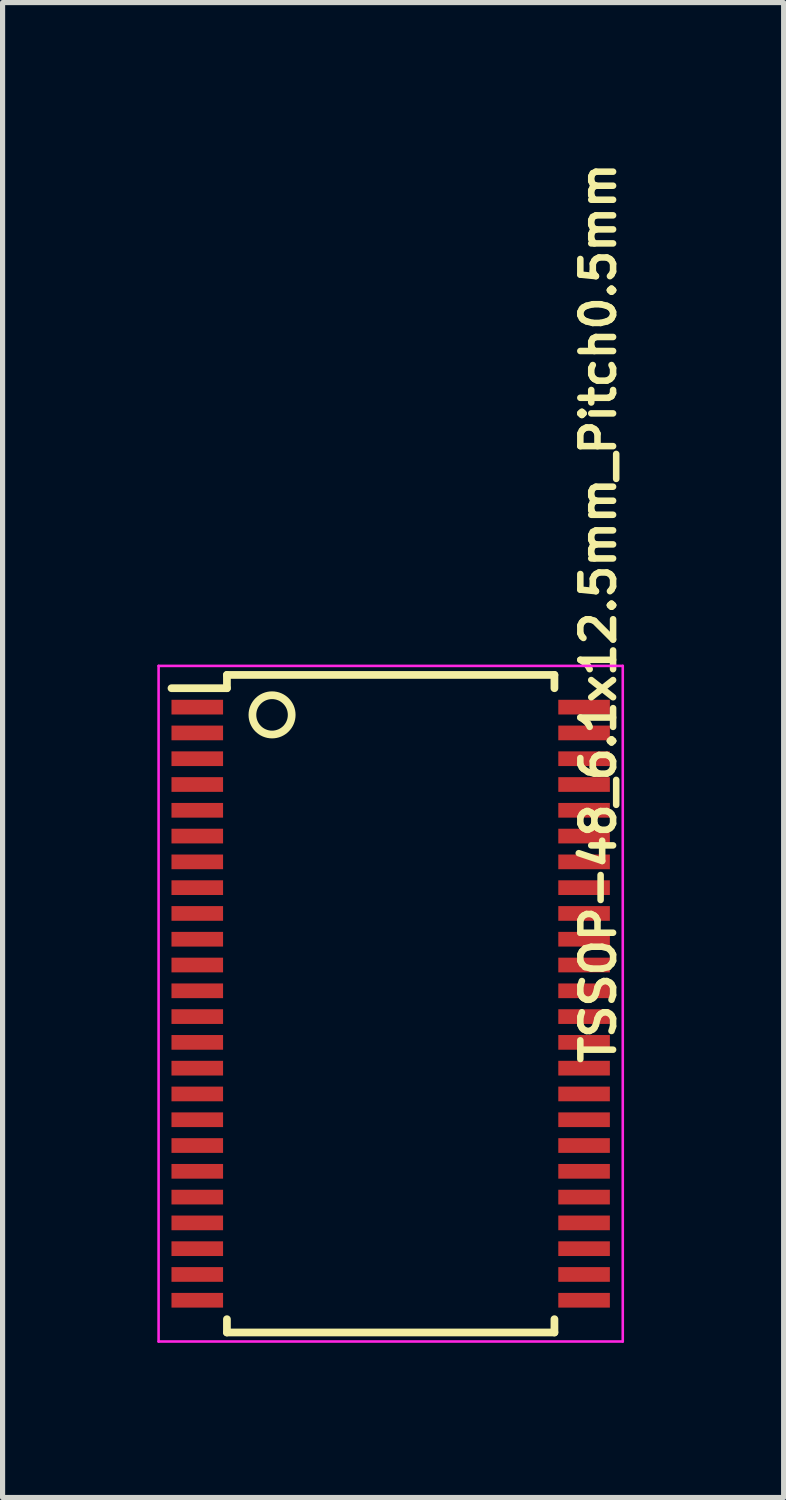
<source format=kicad_pcb>
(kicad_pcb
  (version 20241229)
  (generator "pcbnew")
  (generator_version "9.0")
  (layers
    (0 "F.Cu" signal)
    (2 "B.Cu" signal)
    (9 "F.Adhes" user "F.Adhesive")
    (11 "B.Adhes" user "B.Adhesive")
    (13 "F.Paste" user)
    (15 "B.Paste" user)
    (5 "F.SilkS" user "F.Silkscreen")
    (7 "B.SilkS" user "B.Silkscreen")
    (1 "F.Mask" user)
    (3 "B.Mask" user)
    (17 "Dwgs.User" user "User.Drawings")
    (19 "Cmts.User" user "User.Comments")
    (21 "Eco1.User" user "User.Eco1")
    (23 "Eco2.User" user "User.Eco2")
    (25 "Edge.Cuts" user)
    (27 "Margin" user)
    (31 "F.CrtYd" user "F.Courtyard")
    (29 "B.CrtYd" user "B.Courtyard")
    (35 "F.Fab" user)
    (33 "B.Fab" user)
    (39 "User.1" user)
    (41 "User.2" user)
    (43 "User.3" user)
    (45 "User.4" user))
  (footprint "TSSOP-48_6.1x12.5mm_Pitch0.5mm"
    (layer "F.Cu")
    (at 4.525 16.411)
    (property "Reference" "TSSOP-48_6.1x12.5mm_Pitch0.5mm" (at 4.025 -7.575 90) (layer "F.SilkS") (effects (font (size 0.635 0.635) (thickness 0.127))))
    (attr smd)
    (fp_line (start -3.175 -6.375) (end -3.175 -6.117) (stroke (width 0.15) (type solid)) (layer "F.SilkS"))
    (fp_line (start -3.175 -6.375) (end 3.175 -6.375) (stroke (width 0.15) (type solid)) (layer "F.SilkS"))
    (fp_line (start -3.175 -6.117) (end -4.25 -6.117) (stroke (width 0.15) (type solid)) (layer "F.SilkS"))
    (fp_line (start -3.175 6.375) (end -3.175 6.117) (stroke (width 0.15) (type solid)) (layer "F.SilkS"))
    (fp_line (start -3.175 6.375) (end 3.175 6.375) (stroke (width 0.15) (type solid)) (layer "F.SilkS"))
    (fp_line (start 3.175 -6.375) (end 3.175 -6.117) (stroke (width 0.15) (type solid)) (layer "F.SilkS"))
    (fp_line (start 3.175 6.375) (end 3.175 6.117) (stroke (width 0.15) (type solid)) (layer "F.SilkS"))
    (fp_circle (center -2.3 -5.6) (end -1.95 -5.45) (stroke (width 0.15) (type solid)) (fill no) (layer "F.SilkS"))
    (fp_line (start -4.5 -6.55) (end -4.5 6.55) (stroke (width 0.05) (type solid)) (layer "F.CrtYd"))
    (fp_line (start -4.5 -6.55) (end 4.5 -6.55) (stroke (width 0.05) (type solid)) (layer "F.CrtYd"))
    (fp_line (start -4.5 6.55) (end 4.5 6.55) (stroke (width 0.05) (type solid)) (layer "F.CrtYd"))
    (fp_line (start 4.5 -6.55) (end 4.5 6.55) (stroke (width 0.05) (type solid)) (layer "F.CrtYd"))
    (pad "1" smd rect (at -3.75 -5.75) (size 1 0.285) (layers "F.Cu" "F.Mask" "F.Paste"))
    (pad "2" smd rect (at -3.75 -5.25) (size 1 0.285) (layers "F.Cu" "F.Mask" "F.Paste"))
    (pad "3" smd rect (at -3.75 -4.75) (size 1 0.285) (layers "F.Cu" "F.Mask" "F.Paste"))
    (pad "4" smd rect (at -3.75 -4.25) (size 1 0.285) (layers "F.Cu" "F.Mask" "F.Paste"))
    (pad "5" smd rect (at -3.75 -3.75) (size 1 0.285) (layers "F.Cu" "F.Mask" "F.Paste"))
    (pad "6" smd rect (at -3.75 -3.25) (size 1 0.285) (layers "F.Cu" "F.Mask" "F.Paste"))
    (pad "7" smd rect (at -3.75 -2.75) (size 1 0.285) (layers "F.Cu" "F.Mask" "F.Paste"))
    (pad "8" smd rect (at -3.75 -2.25) (size 1 0.285) (layers "F.Cu" "F.Mask" "F.Paste"))
    (pad "9" smd rect (at -3.75 -1.75) (size 1 0.285) (layers "F.Cu" "F.Mask" "F.Paste"))
    (pad "10" smd rect (at -3.75 -1.25) (size 1 0.285) (layers "F.Cu" "F.Mask" "F.Paste"))
    (pad "11" smd rect (at -3.75 -0.75) (size 1 0.285) (layers "F.Cu" "F.Mask" "F.Paste"))
    (pad "12" smd rect (at -3.75 -0.25) (size 1 0.285) (layers "F.Cu" "F.Mask" "F.Paste"))
    (pad "13" smd rect (at -3.75 0.25) (size 1 0.285) (layers "F.Cu" "F.Mask" "F.Paste"))
    (pad "14" smd rect (at -3.75 0.75) (size 1 0.285) (layers "F.Cu" "F.Mask" "F.Paste"))
    (pad "15" smd rect (at -3.75 1.25) (size 1 0.285) (layers "F.Cu" "F.Mask" "F.Paste"))
    (pad "16" smd rect (at -3.75 1.75) (size 1 0.285) (layers "F.Cu" "F.Mask" "F.Paste"))
    (pad "17" smd rect (at -3.75 2.25) (size 1 0.285) (layers "F.Cu" "F.Mask" "F.Paste"))
    (pad "18" smd rect (at -3.75 2.75) (size 1 0.285) (layers "F.Cu" "F.Mask" "F.Paste"))
    (pad "19" smd rect (at -3.75 3.25) (size 1 0.285) (layers "F.Cu" "F.Mask" "F.Paste"))
    (pad "20" smd rect (at -3.75 3.75) (size 1 0.285) (layers "F.Cu" "F.Mask" "F.Paste"))
    (pad "21" smd rect (at -3.75 4.25) (size 1 0.285) (layers "F.Cu" "F.Mask" "F.Paste"))
    (pad "22" smd rect (at -3.75 4.75) (size 1 0.285) (layers "F.Cu" "F.Mask" "F.Paste"))
    (pad "23" smd rect (at -3.75 5.25) (size 1 0.285) (layers "F.Cu" "F.Mask" "F.Paste"))
    (pad "24" smd rect (at -3.75 5.75) (size 1 0.285) (layers "F.Cu" "F.Mask" "F.Paste"))
    (pad "25" smd rect (at 3.75 5.75) (size 1 0.285) (layers "F.Cu" "F.Mask" "F.Paste"))
    (pad "26" smd rect (at 3.75 5.25) (size 1 0.285) (layers "F.Cu" "F.Mask" "F.Paste"))
    (pad "27" smd rect (at 3.75 4.75) (size 1 0.285) (layers "F.Cu" "F.Mask" "F.Paste"))
    (pad "28" smd rect (at 3.75 4.25) (size 1 0.285) (layers "F.Cu" "F.Mask" "F.Paste"))
    (pad "29" smd rect (at 3.75 3.75) (size 1 0.285) (layers "F.Cu" "F.Mask" "F.Paste"))
    (pad "30" smd rect (at 3.75 3.25) (size 1 0.285) (layers "F.Cu" "F.Mask" "F.Paste"))
    (pad "31" smd rect (at 3.75 2.75) (size 1 0.285) (layers "F.Cu" "F.Mask" "F.Paste"))
    (pad "32" smd rect (at 3.75 2.25) (size 1 0.285) (layers "F.Cu" "F.Mask" "F.Paste"))
    (pad "33" smd rect (at 3.75 1.75) (size 1 0.285) (layers "F.Cu" "F.Mask" "F.Paste"))
    (pad "34" smd rect (at 3.75 1.25) (size 1 0.285) (layers "F.Cu" "F.Mask" "F.Paste"))
    (pad "35" smd rect (at 3.75 0.75) (size 1 0.285) (layers "F.Cu" "F.Mask" "F.Paste"))
    (pad "36" smd rect (at 3.75 0.25) (size 1 0.285) (layers "F.Cu" "F.Mask" "F.Paste"))
    (pad "37" smd rect (at 3.75 -0.25) (size 1 0.285) (layers "F.Cu" "F.Mask" "F.Paste"))
    (pad "38" smd rect (at 3.75 -0.75) (size 1 0.285) (layers "F.Cu" "F.Mask" "F.Paste"))
    (pad "39" smd rect (at 3.75 -1.25) (size 1 0.285) (layers "F.Cu" "F.Mask" "F.Paste"))
    (pad "40" smd rect (at 3.75 -1.75) (size 1 0.285) (layers "F.Cu" "F.Mask" "F.Paste"))
    (pad "41" smd rect (at 3.75 -2.25) (size 1 0.285) (layers "F.Cu" "F.Mask" "F.Paste"))
    (pad "42" smd rect (at 3.75 -2.75) (size 1 0.285) (layers "F.Cu" "F.Mask" "F.Paste"))
    (pad "43" smd rect (at 3.75 -3.25) (size 1 0.285) (layers "F.Cu" "F.Mask" "F.Paste"))
    (pad "44" smd rect (at 3.75 -3.75) (size 1 0.285) (layers "F.Cu" "F.Mask" "F.Paste"))
    (pad "45" smd rect (at 3.75 -4.25) (size 1 0.285) (layers "F.Cu" "F.Mask" "F.Paste"))
    (pad "46" smd rect (at 3.75 -4.75) (size 1 0.285) (layers "F.Cu" "F.Mask" "F.Paste"))
    (pad "47" smd rect (at 3.75 -5.25) (size 1 0.285) (layers "F.Cu" "F.Mask" "F.Paste"))
    (pad "48" smd rect (at 3.75 -5.75) (size 1 0.285) (layers "F.Cu" "F.Mask" "F.Paste")))
  (gr_rect
    (start -3 -3)
    (end 12.144 25.986)
    (stroke (width 0.1) (type default))
    (fill no)
    (layer "Edge.Cuts")))
</source>
